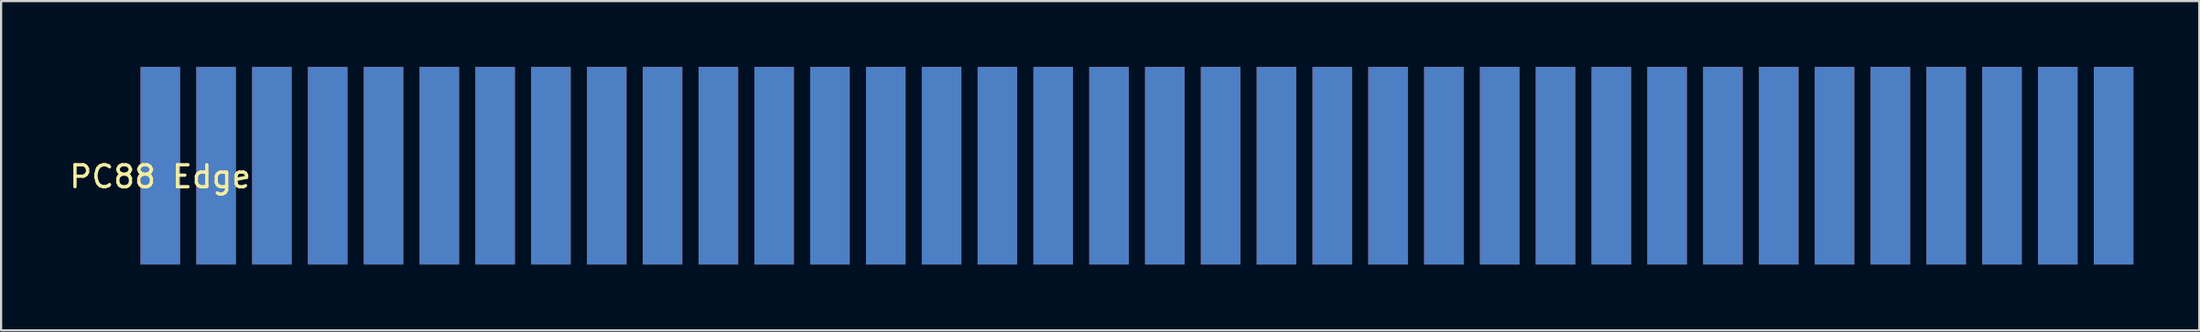
<source format=kicad_pcb>
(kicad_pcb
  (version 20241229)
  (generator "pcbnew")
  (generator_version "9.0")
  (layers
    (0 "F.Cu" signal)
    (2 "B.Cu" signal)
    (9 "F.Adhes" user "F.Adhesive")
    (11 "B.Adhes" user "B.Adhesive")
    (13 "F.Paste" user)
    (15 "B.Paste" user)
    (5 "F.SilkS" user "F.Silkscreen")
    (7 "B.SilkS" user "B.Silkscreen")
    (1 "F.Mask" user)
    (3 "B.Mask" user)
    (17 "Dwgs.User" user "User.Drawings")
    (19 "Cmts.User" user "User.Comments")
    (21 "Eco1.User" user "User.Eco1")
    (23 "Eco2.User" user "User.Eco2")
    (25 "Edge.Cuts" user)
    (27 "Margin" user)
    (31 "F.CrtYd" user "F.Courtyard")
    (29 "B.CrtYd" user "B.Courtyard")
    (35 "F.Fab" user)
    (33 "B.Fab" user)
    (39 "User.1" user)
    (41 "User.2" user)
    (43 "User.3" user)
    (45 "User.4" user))
  (footprint "PC88 Edge"
    (layer "F.Cu")
    (at 4.244 4.5)
    (property "Reference" "PC88 Edge" (at 0 0.5 0) (layer "F.SilkS") (effects (font (size 1 1) (thickness 0.15))))
    (attr through_hole)
    (pad "1A" smd rect (at 0 0) (size 1.8 9) (layers "B.Cu" "B.Mask" "B.Paste"))
    (pad "1B" smd rect (at 0 0) (size 1.8 9) (layers "F.Cu" "F.Mask" "F.Paste"))
    (pad "2A" smd rect (at 2.54 0) (size 1.8 9) (layers "B.Cu" "B.Mask" "B.Paste"))
    (pad "2B" smd rect (at 2.54 0) (size 1.8 9) (layers "F.Cu" "F.Mask" "F.Paste"))
    (pad "3A" smd rect (at 5.08 0) (size 1.8 9) (layers "B.Cu" "B.Mask" "B.Paste"))
    (pad "3B" smd rect (at 5.08 0) (size 1.8 9) (layers "F.Cu" "F.Mask" "F.Paste"))
    (pad "4A" smd rect (at 7.62 0) (size 1.8 9) (layers "B.Cu" "B.Mask" "B.Paste"))
    (pad "4B" smd rect (at 7.62 0) (size 1.8 9) (layers "F.Cu" "F.Mask" "F.Paste"))
    (pad "5A" smd rect (at 10.16 0) (size 1.8 9) (layers "B.Cu" "B.Mask" "B.Paste"))
    (pad "5B" smd rect (at 10.16 0) (size 1.8 9) (layers "F.Cu" "F.Mask" "F.Paste"))
    (pad "6A" smd rect (at 12.7 0) (size 1.8 9) (layers "B.Cu" "B.Mask" "B.Paste"))
    (pad "6B" smd rect (at 12.7 0) (size 1.8 9) (layers "F.Cu" "F.Mask" "F.Paste"))
    (pad "7A" smd rect (at 15.24 0) (size 1.8 9) (layers "B.Cu" "B.Mask" "B.Paste"))
    (pad "7B" smd rect (at 15.24 0) (size 1.8 9) (layers "F.Cu" "F.Mask" "F.Paste"))
    (pad "8A" smd rect (at 17.78 0) (size 1.8 9) (layers "B.Cu" "B.Mask" "B.Paste"))
    (pad "8B" smd rect (at 17.78 0) (size 1.8 9) (layers "F.Cu" "F.Mask" "F.Paste"))
    (pad "9A" smd rect (at 20.32 0) (size 1.8 9) (layers "B.Cu" "B.Mask" "B.Paste"))
    (pad "9B" smd rect (at 20.32 0) (size 1.8 9) (layers "F.Cu" "F.Mask" "F.Paste"))
    (pad "10A" smd rect (at 22.86 0) (size 1.8 9) (layers "B.Cu" "B.Mask" "B.Paste"))
    (pad "10B" smd rect (at 22.86 0) (size 1.8 9) (layers "F.Cu" "F.Mask" "F.Paste"))
    (pad "11A" smd rect (at 25.4 0) (size 1.8 9) (layers "B.Cu" "B.Mask" "B.Paste"))
    (pad "11B" smd rect (at 25.4 0) (size 1.8 9) (layers "F.Cu" "F.Mask" "F.Paste"))
    (pad "12A" smd rect (at 27.94 0) (size 1.8 9) (layers "B.Cu" "B.Mask" "B.Paste"))
    (pad "12B" smd rect (at 27.94 0) (size 1.8 9) (layers "F.Cu" "F.Mask" "F.Paste"))
    (pad "13A" smd rect (at 30.48 0) (size 1.8 9) (layers "B.Cu" "B.Mask" "B.Paste"))
    (pad "13B" smd rect (at 30.48 0) (size 1.8 9) (layers "F.Cu" "F.Mask" "F.Paste"))
    (pad "14A" smd rect (at 33.02 0) (size 1.8 9) (layers "B.Cu" "B.Mask" "B.Paste"))
    (pad "14B" smd rect (at 33.02 0) (size 1.8 9) (layers "F.Cu" "F.Mask" "F.Paste"))
    (pad "15A" smd rect (at 35.56 0) (size 1.8 9) (layers "B.Cu" "B.Mask" "B.Paste"))
    (pad "15B" smd rect (at 35.56 0) (size 1.8 9) (layers "F.Cu" "F.Mask" "F.Paste"))
    (pad "16A" smd rect (at 38.1 0) (size 1.8 9) (layers "B.Cu" "B.Mask" "B.Paste"))
    (pad "16B" smd rect (at 38.1 0) (size 1.8 9) (layers "F.Cu" "F.Mask" "F.Paste"))
    (pad "17A" smd rect (at 40.64 0) (size 1.8 9) (layers "B.Cu" "B.Mask" "B.Paste"))
    (pad "17B" smd rect (at 40.64 0) (size 1.8 9) (layers "F.Cu" "F.Mask" "F.Paste"))
    (pad "18A" smd rect (at 43.18 0) (size 1.8 9) (layers "B.Cu" "B.Mask" "B.Paste"))
    (pad "18B" smd rect (at 43.18 0) (size 1.8 9) (layers "F.Cu" "F.Mask" "F.Paste"))
    (pad "19A" smd rect (at 45.72 0) (size 1.8 9) (layers "B.Cu" "B.Mask" "B.Paste"))
    (pad "19B" smd rect (at 45.72 0) (size 1.8 9) (layers "F.Cu" "F.Mask" "F.Paste"))
    (pad "20A" smd rect (at 48.26 0) (size 1.8 9) (layers "B.Cu" "B.Mask" "B.Paste"))
    (pad "20B" smd rect (at 48.26 0) (size 1.8 9) (layers "F.Cu" "F.Mask" "F.Paste"))
    (pad "21A" smd rect (at 50.8 0) (size 1.8 9) (layers "B.Cu" "B.Mask" "B.Paste"))
    (pad "21B" smd rect (at 50.8 0) (size 1.8 9) (layers "F.Cu" "F.Mask" "F.Paste"))
    (pad "22A" smd rect (at 53.34 0) (size 1.8 9) (layers "B.Cu" "B.Mask" "B.Paste"))
    (pad "22B" smd rect (at 53.34 0) (size 1.8 9) (layers "F.Cu" "F.Mask" "F.Paste"))
    (pad "23A" smd rect (at 55.88 0) (size 1.8 9) (layers "B.Cu" "B.Mask" "B.Paste"))
    (pad "23B" smd rect (at 55.88 0) (size 1.8 9) (layers "F.Cu" "F.Mask" "F.Paste"))
    (pad "24A" smd rect (at 58.42 0) (size 1.8 9) (layers "B.Cu" "B.Mask" "B.Paste"))
    (pad "24B" smd rect (at 58.42 0) (size 1.8 9) (layers "F.Cu" "F.Mask" "F.Paste"))
    (pad "25A" smd rect (at 60.96 0) (size 1.8 9) (layers "B.Cu" "B.Mask" "B.Paste"))
    (pad "25B" smd rect (at 60.96 0) (size 1.8 9) (layers "F.Cu" "F.Mask" "F.Paste"))
    (pad "26A" smd rect (at 63.5 0) (size 1.8 9) (layers "B.Cu" "B.Mask" "B.Paste"))
    (pad "26B" smd rect (at 63.5 0) (size 1.8 9) (layers "F.Cu" "F.Mask" "F.Paste"))
    (pad "27A" smd rect (at 66.04 0) (size 1.8 9) (layers "B.Cu" "B.Mask" "B.Paste"))
    (pad "27B" smd rect (at 66.04 0) (size 1.8 9) (layers "F.Cu" "F.Mask" "F.Paste"))
    (pad "28A" smd rect (at 68.58 0) (size 1.8 9) (layers "B.Cu" "B.Mask" "B.Paste"))
    (pad "28B" smd rect (at 68.58 0) (size 1.8 9) (layers "F.Cu" "F.Mask" "F.Paste"))
    (pad "29A" smd rect (at 71.12 0) (size 1.8 9) (layers "B.Cu" "B.Mask" "B.Paste"))
    (pad "29B" smd rect (at 71.12 0) (size 1.8 9) (layers "F.Cu" "F.Mask" "F.Paste"))
    (pad "30A" smd rect (at 73.66 0) (size 1.8 9) (layers "B.Cu" "B.Mask" "B.Paste"))
    (pad "30B" smd rect (at 73.66 0) (size 1.8 9) (layers "F.Cu" "F.Mask" "F.Paste"))
    (pad "31A" smd rect (at 76.2 0) (size 1.8 9) (layers "B.Cu" "B.Mask" "B.Paste"))
    (pad "31B" smd rect (at 76.2 0) (size 1.8 9) (layers "F.Cu" "F.Mask" "F.Paste"))
    (pad "32A" smd rect (at 78.74 0) (size 1.8 9) (layers "B.Cu" "B.Mask" "B.Paste"))
    (pad "32B" smd rect (at 78.74 0) (size 1.8 9) (layers "F.Cu" "F.Mask" "F.Paste"))
    (pad "33A" smd rect (at 81.28 0) (size 1.8 9) (layers "B.Cu" "B.Mask" "B.Paste"))
    (pad "33B" smd rect (at 81.28 0) (size 1.8 9) (layers "F.Cu" "F.Mask" "F.Paste"))
    (pad "34A" smd rect (at 83.82 0) (size 1.8 9) (layers "B.Cu" "B.Mask" "B.Paste"))
    (pad "34B" smd rect (at 83.82 0) (size 1.8 9) (layers "F.Cu" "F.Mask" "F.Paste"))
    (pad "35A" smd rect (at 86.36 0) (size 1.8 9) (layers "B.Cu" "B.Mask" "B.Paste"))
    (pad "35B" smd rect (at 86.36 0) (size 1.8 9) (layers "F.Cu" "F.Mask" "F.Paste"))
    (pad "36A" smd rect (at 88.9 0) (size 1.8 9) (layers "B.Cu" "B.Mask" "B.Paste"))
    (pad "36B" smd rect (at 88.9 0) (size 1.8 9) (layers "F.Cu" "F.Mask" "F.Paste")))
  (gr_rect
    (start -3 -3)
    (end 97.044 12)
    (stroke (width 0.1) (type default))
    (fill no)
    (layer "Edge.Cuts")))
</source>
